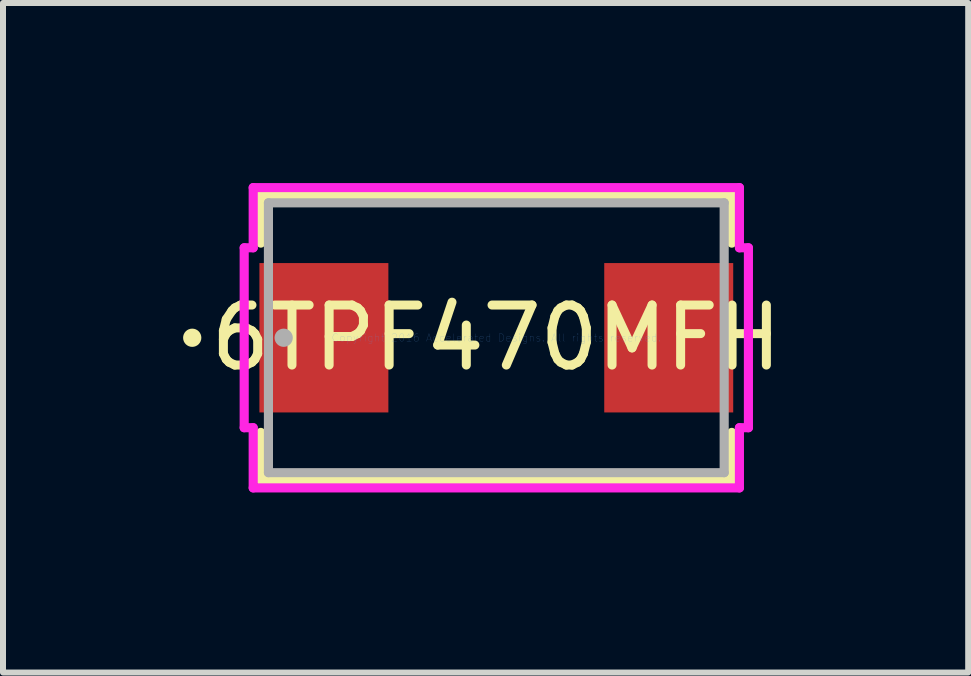
<source format=kicad_pcb>
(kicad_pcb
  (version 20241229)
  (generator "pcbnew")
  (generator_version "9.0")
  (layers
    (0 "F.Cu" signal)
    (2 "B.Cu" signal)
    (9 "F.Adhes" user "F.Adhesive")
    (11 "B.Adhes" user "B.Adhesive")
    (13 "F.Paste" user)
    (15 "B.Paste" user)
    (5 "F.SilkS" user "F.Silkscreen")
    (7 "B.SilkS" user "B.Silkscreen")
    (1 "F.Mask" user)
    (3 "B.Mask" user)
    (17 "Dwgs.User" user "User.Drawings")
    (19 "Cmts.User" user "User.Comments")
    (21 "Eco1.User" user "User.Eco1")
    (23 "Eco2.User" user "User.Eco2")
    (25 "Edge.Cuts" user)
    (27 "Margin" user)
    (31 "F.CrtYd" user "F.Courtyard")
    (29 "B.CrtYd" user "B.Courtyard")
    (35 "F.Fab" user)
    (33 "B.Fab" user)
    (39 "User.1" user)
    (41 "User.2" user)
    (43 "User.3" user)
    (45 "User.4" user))
  (footprint "6TPF470MFH"
    (layer "F.Cu")
    (at 5.22 2.578)
    (property "Reference" "6TPF470MFH" (at 0 0 0) (layer "F.SilkS") (effects (font (size 1 1) (thickness 0.15))))
    (attr through_hole)
    (fp_line (start -3.924 -2.375) (end -3.924 -1.577) (stroke (width 0.152) (type solid)) (layer "F.SilkS"))
    (fp_line (start -3.924 1.577) (end -3.924 2.375) (stroke (width 0.152) (type solid)) (layer "F.SilkS"))
    (fp_line (start -3.924 2.375) (end 3.924 2.375) (stroke (width 0.152) (type solid)) (layer "F.SilkS"))
    (fp_line (start 3.924 -2.375) (end -3.924 -2.375) (stroke (width 0.152) (type solid)) (layer "F.SilkS"))
    (fp_line (start 3.924 -1.577) (end 3.924 -2.375) (stroke (width 0.152) (type solid)) (layer "F.SilkS"))
    (fp_line (start 3.924 2.375) (end 3.924 1.577) (stroke (width 0.152) (type solid)) (layer "F.SilkS"))
    (fp_circle (center -5.067 0) (end -4.991 0) (stroke (width 0.152) (type solid)) (fill no) (layer "F.SilkS"))
    (fp_line (start -4.201 -1.499) (end -4.051 -1.499) (stroke (width 0.152) (type solid)) (layer "F.CrtYd"))
    (fp_line (start -4.201 1.499) (end -4.201 -1.499) (stroke (width 0.152) (type solid)) (layer "F.CrtYd"))
    (fp_line (start -4.051 -2.502) (end 4.051 -2.502) (stroke (width 0.152) (type solid)) (layer "F.CrtYd"))
    (fp_line (start -4.051 -1.499) (end -4.051 -2.502) (stroke (width 0.152) (type solid)) (layer "F.CrtYd"))
    (fp_line (start -4.051 1.499) (end -4.201 1.499) (stroke (width 0.152) (type solid)) (layer "F.CrtYd"))
    (fp_line (start -4.051 2.502) (end -4.051 1.499) (stroke (width 0.152) (type solid)) (layer "F.CrtYd"))
    (fp_line (start 4.051 -2.502) (end 4.051 -1.499) (stroke (width 0.152) (type solid)) (layer "F.CrtYd"))
    (fp_line (start 4.051 -1.499) (end 4.201 -1.499) (stroke (width 0.152) (type solid)) (layer "F.CrtYd"))
    (fp_line (start 4.051 1.499) (end 4.051 2.502) (stroke (width 0.152) (type solid)) (layer "F.CrtYd"))
    (fp_line (start 4.051 2.502) (end -4.051 2.502) (stroke (width 0.152) (type solid)) (layer "F.CrtYd"))
    (fp_line (start 4.201 -1.499) (end 4.201 1.499) (stroke (width 0.152) (type solid)) (layer "F.CrtYd"))
    (fp_line (start 4.201 1.499) (end 4.051 1.499) (stroke (width 0.152) (type solid)) (layer "F.CrtYd"))
    (fp_line (start -3.797 -2.248) (end -3.797 2.248) (stroke (width 0.152) (type solid)) (layer "F.Fab"))
    (fp_line (start -3.797 2.248) (end 3.797 2.248) (stroke (width 0.152) (type solid)) (layer "F.Fab"))
    (fp_line (start 3.797 -2.248) (end -3.797 -2.248) (stroke (width 0.152) (type solid)) (layer "F.Fab"))
    (fp_line (start 3.797 2.248) (end 3.797 -2.248) (stroke (width 0.152) (type solid)) (layer "F.Fab"))
    (fp_circle (center -3.543 0) (end -3.467 0) (stroke (width 0.152) (type solid)) (fill no) (layer "F.Fab"))
    (fp_text user "Copyright 2016 Accelerated Designs. All rights reserved." (at 0 0 0) (layer "Cmts.User") (effects (font (size 0.127 0.127) (thickness 0.002))))
    (pad "1" smd rect (at -2.873 0 90) (size 2.489 2.149) (layers "F.Cu" "F.Mask" "F.Paste"))
    (pad "2" smd rect (at 2.873 0 90) (size 2.489 2.149) (layers "F.Cu" "F.Mask" "F.Paste")))
  (gr_rect
    (start -3 -3)
    (end 13.083 8.156)
    (stroke (width 0.1) (type default))
    (fill no)
    (layer "Edge.Cuts")))
</source>
